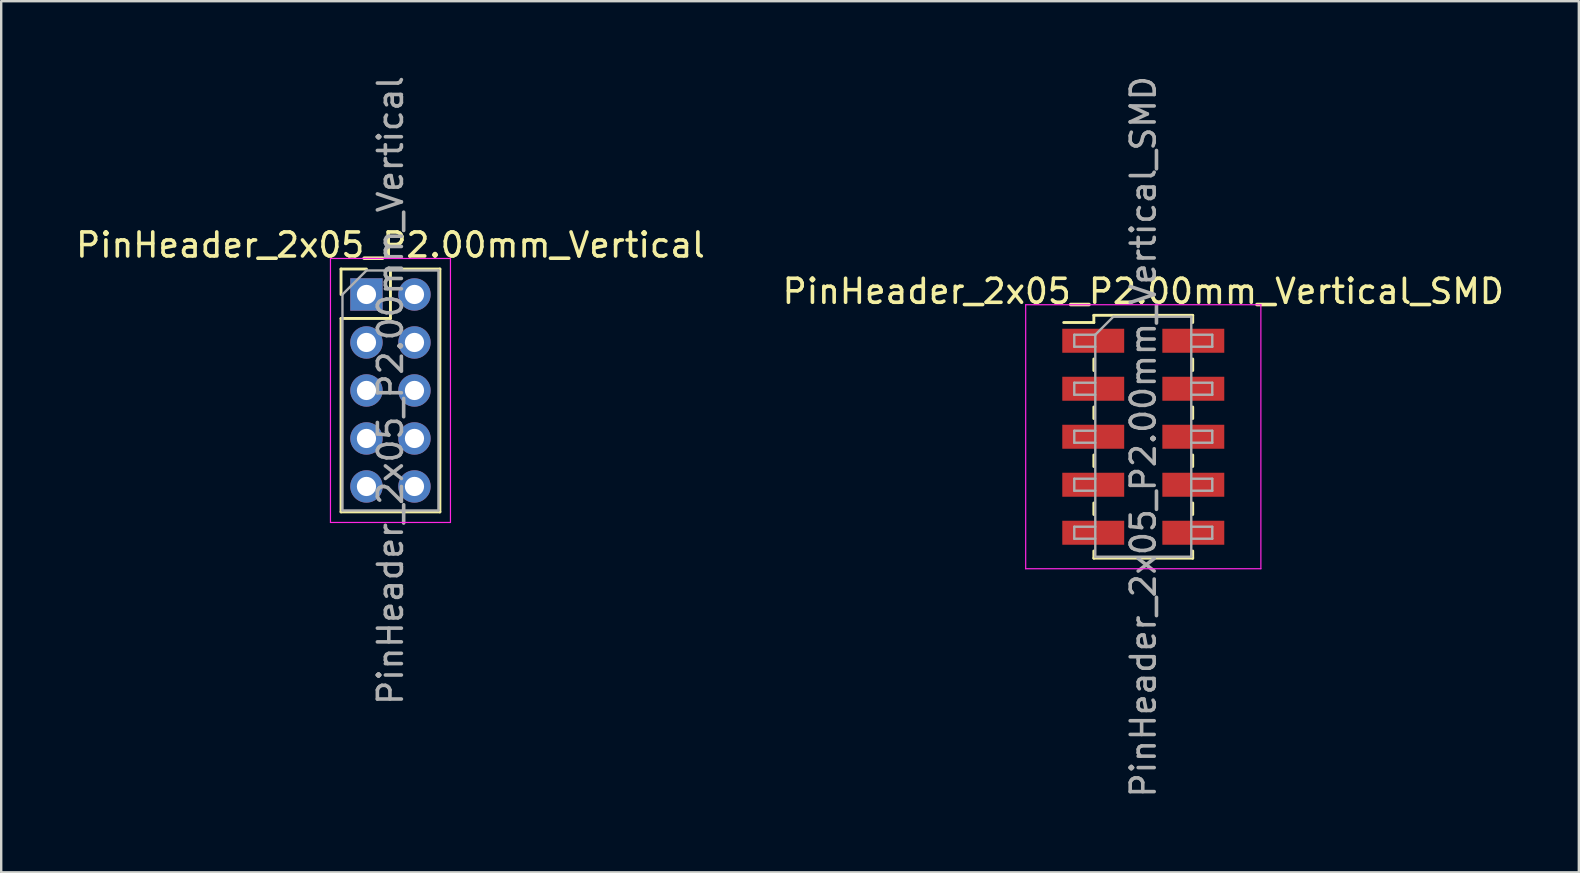
<source format=kicad_pcb>
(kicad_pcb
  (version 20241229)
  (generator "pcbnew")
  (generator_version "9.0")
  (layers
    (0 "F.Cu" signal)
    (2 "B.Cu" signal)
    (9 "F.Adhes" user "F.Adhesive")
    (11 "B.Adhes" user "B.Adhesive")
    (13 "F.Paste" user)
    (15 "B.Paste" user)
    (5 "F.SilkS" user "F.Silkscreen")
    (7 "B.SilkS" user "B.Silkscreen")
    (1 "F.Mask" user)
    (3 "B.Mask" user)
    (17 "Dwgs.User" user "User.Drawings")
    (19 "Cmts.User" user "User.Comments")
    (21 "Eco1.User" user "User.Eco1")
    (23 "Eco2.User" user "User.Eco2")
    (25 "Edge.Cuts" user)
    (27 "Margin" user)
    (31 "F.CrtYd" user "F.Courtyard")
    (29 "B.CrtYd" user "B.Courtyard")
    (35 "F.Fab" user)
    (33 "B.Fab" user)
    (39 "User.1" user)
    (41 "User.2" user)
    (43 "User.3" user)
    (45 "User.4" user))
  (footprint "PinHeader_2x05_P2.00mm_Vertical"
    (layer "F.Cu")
    (at 12.22 9.22)
    (property "Reference" "PinHeader_2x05_P2.00mm_Vertical" (at 1 -2.06 0) (layer "F.SilkS") (effects (font (size 1 1) (thickness 0.15))))
    (attr through_hole)
    (fp_line (start -1.06 -1.06) (end 0 -1.06) (stroke (width 0.12) (type solid)) (layer "F.SilkS"))
    (fp_line (start -1.06 0) (end -1.06 -1.06) (stroke (width 0.12) (type solid)) (layer "F.SilkS"))
    (fp_line (start -1.06 1) (end -1.06 9.06) (stroke (width 0.12) (type solid)) (layer "F.SilkS"))
    (fp_line (start -1.06 1) (end 1 1) (stroke (width 0.12) (type solid)) (layer "F.SilkS"))
    (fp_line (start -1.06 9.06) (end 3.06 9.06) (stroke (width 0.12) (type solid)) (layer "F.SilkS"))
    (fp_line (start 1 -1.06) (end 3.06 -1.06) (stroke (width 0.12) (type solid)) (layer "F.SilkS"))
    (fp_line (start 1 1) (end 1 -1.06) (stroke (width 0.12) (type solid)) (layer "F.SilkS"))
    (fp_line (start 3.06 -1.06) (end 3.06 9.06) (stroke (width 0.12) (type solid)) (layer "F.SilkS"))
    (fp_line (start -1.5 -1.5) (end -1.5 9.5) (stroke (width 0.05) (type solid)) (layer "F.CrtYd"))
    (fp_line (start -1.5 9.5) (end 3.5 9.5) (stroke (width 0.05) (type solid)) (layer "F.CrtYd"))
    (fp_line (start 3.5 -1.5) (end -1.5 -1.5) (stroke (width 0.05) (type solid)) (layer "F.CrtYd"))
    (fp_line (start 3.5 9.5) (end 3.5 -1.5) (stroke (width 0.05) (type solid)) (layer "F.CrtYd"))
    (fp_line (start -1 0) (end 0 -1) (stroke (width 0.1) (type solid)) (layer "F.Fab"))
    (fp_line (start -1 9) (end -1 0) (stroke (width 0.1) (type solid)) (layer "F.Fab"))
    (fp_line (start 0 -1) (end 3 -1) (stroke (width 0.1) (type solid)) (layer "F.Fab"))
    (fp_line (start 3 -1) (end 3 9) (stroke (width 0.1) (type solid)) (layer "F.Fab"))
    (fp_line (start 3 9) (end -1 9) (stroke (width 0.1) (type solid)) (layer "F.Fab"))
    (fp_text user "${REFERENCE}" (at 1 4 90) (layer "F.Fab") (effects (font (size 1 1) (thickness 0.15))))
    (pad "1" thru_hole rect (at 0 0) (size 1.35 1.35) (drill 0.8) (layers "*.Cu" "*.Mask"))
    (pad "2" thru_hole oval (at 2 0) (size 1.35 1.35) (drill 0.8) (layers "*.Cu" "*.Mask"))
    (pad "3" thru_hole oval (at 0 2) (size 1.35 1.35) (drill 0.8) (layers "*.Cu" "*.Mask"))
    (pad "4" thru_hole oval (at 2 2) (size 1.35 1.35) (drill 0.8) (layers "*.Cu" "*.Mask"))
    (pad "5" thru_hole oval (at 0 4) (size 1.35 1.35) (drill 0.8) (layers "*.Cu" "*.Mask"))
    (pad "6" thru_hole oval (at 2 4) (size 1.35 1.35) (drill 0.8) (layers "*.Cu" "*.Mask"))
    (pad "7" thru_hole oval (at 0 6) (size 1.35 1.35) (drill 0.8) (layers "*.Cu" "*.Mask"))
    (pad "8" thru_hole oval (at 2 6) (size 1.35 1.35) (drill 0.8) (layers "*.Cu" "*.Mask"))
    (pad "9" thru_hole oval (at 0 8) (size 1.35 1.35) (drill 0.8) (layers "*.Cu" "*.Mask"))
    (pad "10" thru_hole oval (at 2 8) (size 1.35 1.35) (drill 0.8) (layers "*.Cu" "*.Mask")))
  (footprint "PinHeader_2x05_P2.00mm_Vertical_SMD"
    (layer "F.Cu")
    (at 44.589 15.149)
    (property "Reference" "PinHeader_2x05_P2.00mm_Vertical_SMD" (at 0 -6.06 0) (layer "F.SilkS") (effects (font (size 1 1) (thickness 0.15))))
    (attr smd)
    (fp_line (start -3.315 -4.76) (end -2.06 -4.76) (stroke (width 0.12) (type solid)) (layer "F.SilkS"))
    (fp_line (start -2.06 -5.06) (end -2.06 -4.76) (stroke (width 0.12) (type solid)) (layer "F.SilkS"))
    (fp_line (start -2.06 -5.06) (end 2.06 -5.06) (stroke (width 0.12) (type solid)) (layer "F.SilkS"))
    (fp_line (start -2.06 -3.24) (end -2.06 -2.76) (stroke (width 0.12) (type solid)) (layer "F.SilkS"))
    (fp_line (start -2.06 -1.24) (end -2.06 -0.76) (stroke (width 0.12) (type solid)) (layer "F.SilkS"))
    (fp_line (start -2.06 0.76) (end -2.06 1.24) (stroke (width 0.12) (type solid)) (layer "F.SilkS"))
    (fp_line (start -2.06 2.76) (end -2.06 3.24) (stroke (width 0.12) (type solid)) (layer "F.SilkS"))
    (fp_line (start -2.06 4.76) (end -2.06 5.06) (stroke (width 0.12) (type solid)) (layer "F.SilkS"))
    (fp_line (start -2.06 5.06) (end 2.06 5.06) (stroke (width 0.12) (type solid)) (layer "F.SilkS"))
    (fp_line (start 2.06 -5.06) (end 2.06 -4.76) (stroke (width 0.12) (type solid)) (layer "F.SilkS"))
    (fp_line (start 2.06 -3.24) (end 2.06 -2.76) (stroke (width 0.12) (type solid)) (layer "F.SilkS"))
    (fp_line (start 2.06 -1.24) (end 2.06 -0.76) (stroke (width 0.12) (type solid)) (layer "F.SilkS"))
    (fp_line (start 2.06 0.76) (end 2.06 1.24) (stroke (width 0.12) (type solid)) (layer "F.SilkS"))
    (fp_line (start 2.06 2.76) (end 2.06 3.24) (stroke (width 0.12) (type solid)) (layer "F.SilkS"))
    (fp_line (start 2.06 4.76) (end 2.06 5.06) (stroke (width 0.12) (type solid)) (layer "F.SilkS"))
    (fp_line (start -4.9 -5.5) (end -4.9 5.5) (stroke (width 0.05) (type solid)) (layer "F.CrtYd"))
    (fp_line (start -4.9 5.5) (end 4.9 5.5) (stroke (width 0.05) (type solid)) (layer "F.CrtYd"))
    (fp_line (start 4.9 -5.5) (end -4.9 -5.5) (stroke (width 0.05) (type solid)) (layer "F.CrtYd"))
    (fp_line (start 4.9 5.5) (end 4.9 -5.5) (stroke (width 0.05) (type solid)) (layer "F.CrtYd"))
    (fp_line (start -2.875 -4.25) (end -2.875 -3.75) (stroke (width 0.1) (type solid)) (layer "F.Fab"))
    (fp_line (start -2.875 -3.75) (end -2 -3.75) (stroke (width 0.1) (type solid)) (layer "F.Fab"))
    (fp_line (start -2.875 -2.25) (end -2.875 -1.75) (stroke (width 0.1) (type solid)) (layer "F.Fab"))
    (fp_line (start -2.875 -1.75) (end -2 -1.75) (stroke (width 0.1) (type solid)) (layer "F.Fab"))
    (fp_line (start -2.875 -0.25) (end -2.875 0.25) (stroke (width 0.1) (type solid)) (layer "F.Fab"))
    (fp_line (start -2.875 0.25) (end -2 0.25) (stroke (width 0.1) (type solid)) (layer "F.Fab"))
    (fp_line (start -2.875 1.75) (end -2.875 2.25) (stroke (width 0.1) (type solid)) (layer "F.Fab"))
    (fp_line (start -2.875 2.25) (end -2 2.25) (stroke (width 0.1) (type solid)) (layer "F.Fab"))
    (fp_line (start -2.875 3.75) (end -2.875 4.25) (stroke (width 0.1) (type solid)) (layer "F.Fab"))
    (fp_line (start -2.875 4.25) (end -2 4.25) (stroke (width 0.1) (type solid)) (layer "F.Fab"))
    (fp_line (start -2 -4.25) (end -2.875 -4.25) (stroke (width 0.1) (type solid)) (layer "F.Fab"))
    (fp_line (start -2 -4.25) (end -1.25 -5) (stroke (width 0.1) (type solid)) (layer "F.Fab"))
    (fp_line (start -2 -2.25) (end -2.875 -2.25) (stroke (width 0.1) (type solid)) (layer "F.Fab"))
    (fp_line (start -2 -0.25) (end -2.875 -0.25) (stroke (width 0.1) (type solid)) (layer "F.Fab"))
    (fp_line (start -2 1.75) (end -2.875 1.75) (stroke (width 0.1) (type solid)) (layer "F.Fab"))
    (fp_line (start -2 3.75) (end -2.875 3.75) (stroke (width 0.1) (type solid)) (layer "F.Fab"))
    (fp_line (start -2 5) (end -2 -4.25) (stroke (width 0.1) (type solid)) (layer "F.Fab"))
    (fp_line (start -1.25 -5) (end 2 -5) (stroke (width 0.1) (type solid)) (layer "F.Fab"))
    (fp_line (start 2 -5) (end 2 5) (stroke (width 0.1) (type solid)) (layer "F.Fab"))
    (fp_line (start 2 -4.25) (end 2.875 -4.25) (stroke (width 0.1) (type solid)) (layer "F.Fab"))
    (fp_line (start 2 -2.25) (end 2.875 -2.25) (stroke (width 0.1) (type solid)) (layer "F.Fab"))
    (fp_line (start 2 -0.25) (end 2.875 -0.25) (stroke (width 0.1) (type solid)) (layer "F.Fab"))
    (fp_line (start 2 1.75) (end 2.875 1.75) (stroke (width 0.1) (type solid)) (layer "F.Fab"))
    (fp_line (start 2 3.75) (end 2.875 3.75) (stroke (width 0.1) (type solid)) (layer "F.Fab"))
    (fp_line (start 2 5) (end -2 5) (stroke (width 0.1) (type solid)) (layer "F.Fab"))
    (fp_line (start 2.875 -4.25) (end 2.875 -3.75) (stroke (width 0.1) (type solid)) (layer "F.Fab"))
    (fp_line (start 2.875 -3.75) (end 2 -3.75) (stroke (width 0.1) (type solid)) (layer "F.Fab"))
    (fp_line (start 2.875 -2.25) (end 2.875 -1.75) (stroke (width 0.1) (type solid)) (layer "F.Fab"))
    (fp_line (start 2.875 -1.75) (end 2 -1.75) (stroke (width 0.1) (type solid)) (layer "F.Fab"))
    (fp_line (start 2.875 -0.25) (end 2.875 0.25) (stroke (width 0.1) (type solid)) (layer "F.Fab"))
    (fp_line (start 2.875 0.25) (end 2 0.25) (stroke (width 0.1) (type solid)) (layer "F.Fab"))
    (fp_line (start 2.875 1.75) (end 2.875 2.25) (stroke (width 0.1) (type solid)) (layer "F.Fab"))
    (fp_line (start 2.875 2.25) (end 2 2.25) (stroke (width 0.1) (type solid)) (layer "F.Fab"))
    (fp_line (start 2.875 3.75) (end 2.875 4.25) (stroke (width 0.1) (type solid)) (layer "F.Fab"))
    (fp_line (start 2.875 4.25) (end 2 4.25) (stroke (width 0.1) (type solid)) (layer "F.Fab"))
    (fp_text user "${REFERENCE}" (at 0 0 90) (layer "F.Fab") (effects (font (size 1 1) (thickness 0.15))))
    (pad "1" smd rect (at -2.085 -4) (size 2.58 1) (layers "F.Cu" "F.Mask" "F.Paste"))
    (pad "2" smd rect (at 2.085 -4) (size 2.58 1) (layers "F.Cu" "F.Mask" "F.Paste"))
    (pad "3" smd rect (at -2.085 -2) (size 2.58 1) (layers "F.Cu" "F.Mask" "F.Paste"))
    (pad "4" smd rect (at 2.085 -2) (size 2.58 1) (layers "F.Cu" "F.Mask" "F.Paste"))
    (pad "5" smd rect (at -2.085 0) (size 2.58 1) (layers "F.Cu" "F.Mask" "F.Paste"))
    (pad "6" smd rect (at 2.085 0) (size 2.58 1) (layers "F.Cu" "F.Mask" "F.Paste"))
    (pad "7" smd rect (at -2.085 2) (size 2.58 1) (layers "F.Cu" "F.Mask" "F.Paste"))
    (pad "8" smd rect (at 2.085 2) (size 2.58 1) (layers "F.Cu" "F.Mask" "F.Paste"))
    (pad "9" smd rect (at -2.085 4) (size 2.58 1) (layers "F.Cu" "F.Mask" "F.Paste"))
    (pad "10" smd rect (at 2.085 4) (size 2.58 1) (layers "F.Cu" "F.Mask" "F.Paste")))
  (gr_rect
    (start -3 -3)
    (end 62.738 33.298)
    (stroke (width 0.1) (type default))
    (fill no)
    (layer "Edge.Cuts")))
</source>
